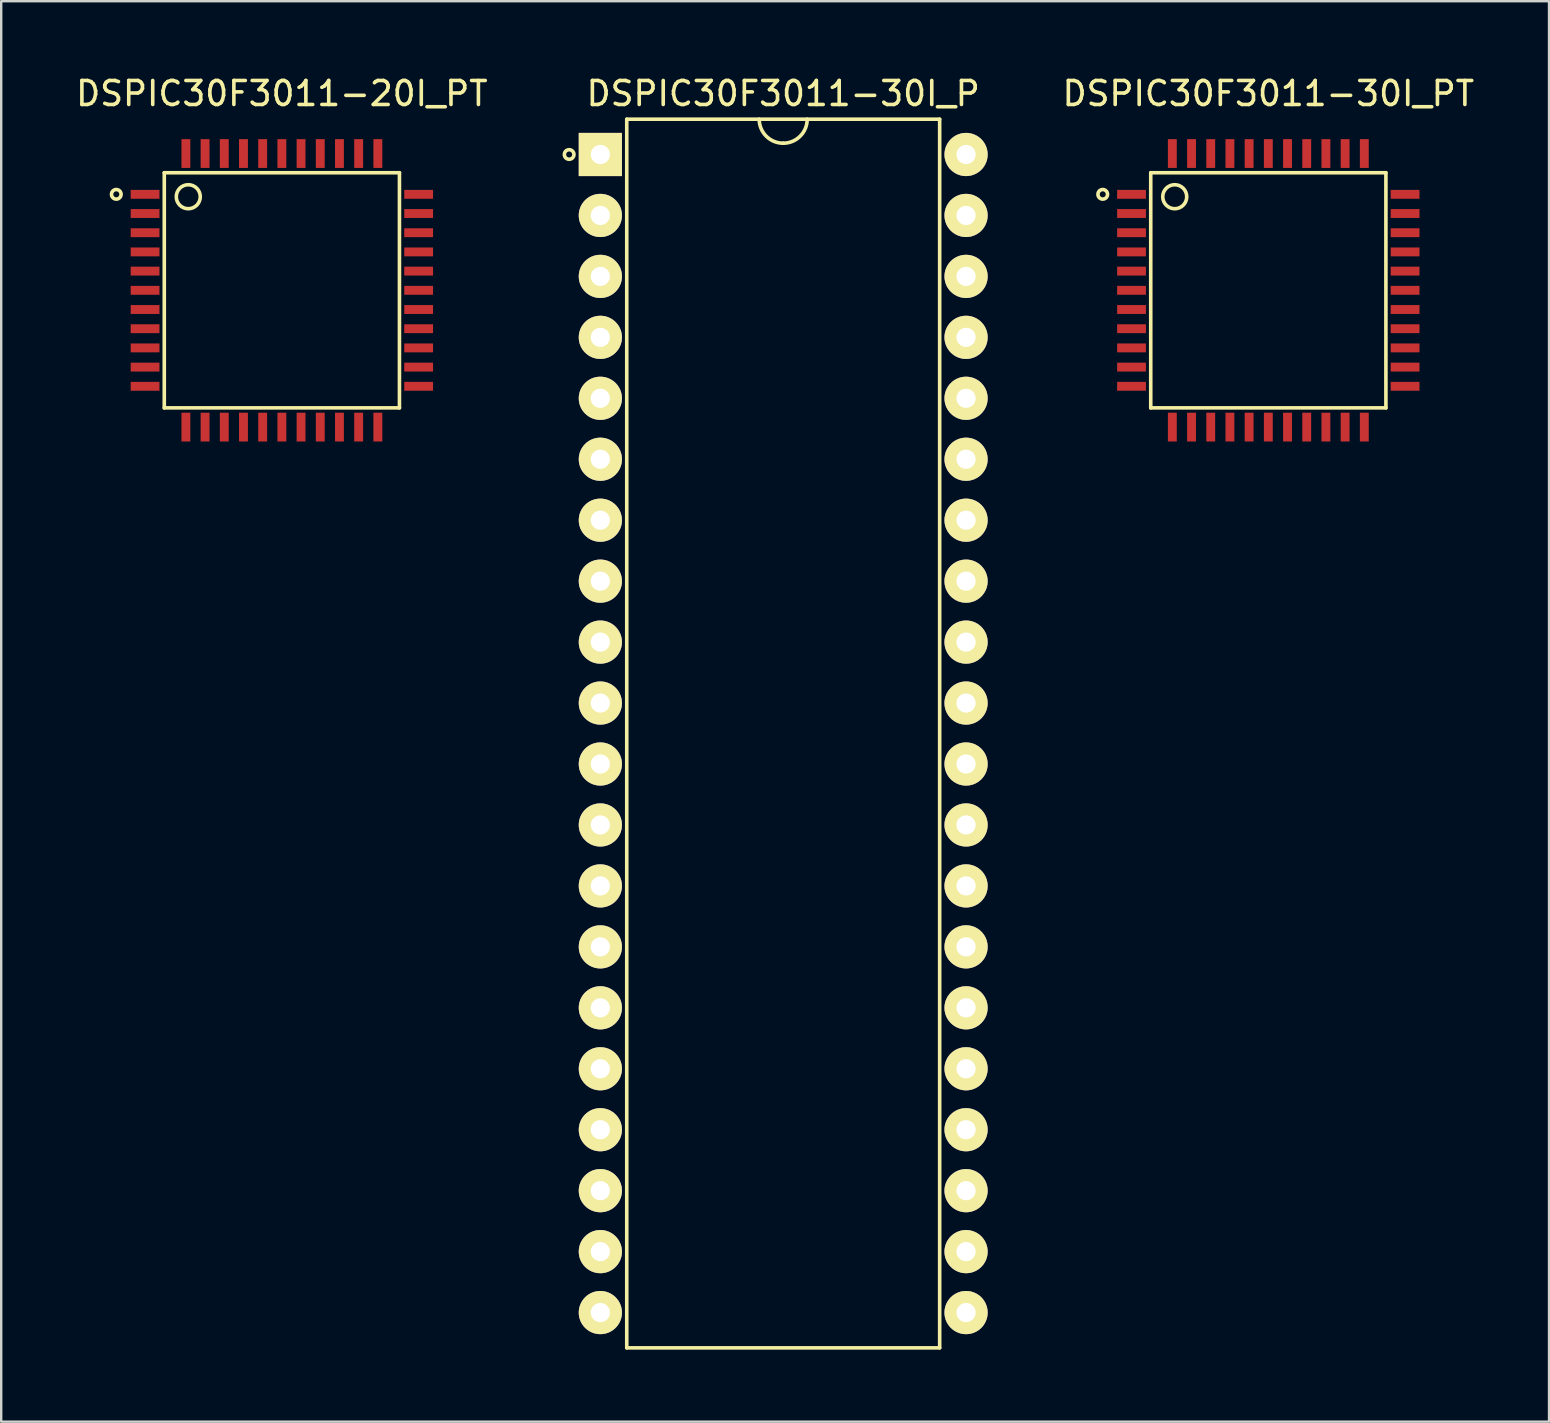
<source format=kicad_pcb>
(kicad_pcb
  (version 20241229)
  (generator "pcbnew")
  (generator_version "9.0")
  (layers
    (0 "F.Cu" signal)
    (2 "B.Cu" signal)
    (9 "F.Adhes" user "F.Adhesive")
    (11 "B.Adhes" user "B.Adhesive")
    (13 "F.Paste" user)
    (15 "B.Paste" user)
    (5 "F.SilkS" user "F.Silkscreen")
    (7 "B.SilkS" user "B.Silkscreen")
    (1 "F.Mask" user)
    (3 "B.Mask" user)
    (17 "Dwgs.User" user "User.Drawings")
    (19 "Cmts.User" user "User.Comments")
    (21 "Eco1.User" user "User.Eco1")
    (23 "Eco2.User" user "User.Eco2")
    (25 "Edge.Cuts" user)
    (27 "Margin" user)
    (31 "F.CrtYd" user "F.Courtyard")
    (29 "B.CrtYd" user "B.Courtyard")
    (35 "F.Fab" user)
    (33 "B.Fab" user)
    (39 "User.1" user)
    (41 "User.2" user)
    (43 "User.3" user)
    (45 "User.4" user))
  (footprint "DSPIC30F3011-30I_P"
    (layer "F.Cu")
    (at 21.968 3.388)
    (property "Reference" "DSPIC30F3011-30I_P" (at 7.62 -2.54 0) (layer "F.SilkS") (effects (font (size 1 1) (thickness 0.15))))
    (attr through_hole)
    (fp_line (start 1.1 -1.47) (end 14.14 -1.47) (stroke (width 0.15) (type solid)) (layer "F.SilkS"))
    (fp_line (start 1.1 49.73) (end 1.1 -1.47) (stroke (width 0.15) (type solid)) (layer "F.SilkS"))
    (fp_line (start 14.14 -1.47) (end 14.14 49.73) (stroke (width 0.15) (type solid)) (layer "F.SilkS"))
    (fp_line (start 14.14 49.73) (end 1.1 49.73) (stroke (width 0.15) (type solid)) (layer "F.SilkS"))
    (fp_arc (start 7.62 -0.47) (mid 6.912893 -0.762893) (end 6.62 -1.47) (stroke (width 0.15) (type solid)) (layer "F.SilkS"))
    (fp_arc (start 8.62 -1.47) (mid 8.327107 -0.762893) (end 7.62 -0.47) (stroke (width 0.15) (type solid)) (layer "F.SilkS"))
    (fp_circle (center -1.3 0) (end -1.3 0.2) (stroke (width 0.15) (type solid)) (fill no) (layer "F.SilkS"))
    (pad "1" thru_hole rect (at 0 0) (size 1.8 1.8) (drill 0.8) (layers "*.Cu" "*.Mask" "F.SilkS"))
    (pad "2" thru_hole circle (at 0 2.54) (size 1.8 1.8) (drill 0.8) (layers "*.Cu" "*.Mask" "F.SilkS"))
    (pad "3" thru_hole circle (at 0 5.08) (size 1.8 1.8) (drill 0.8) (layers "*.Cu" "*.Mask" "F.SilkS"))
    (pad "4" thru_hole circle (at 0 7.62) (size 1.8 1.8) (drill 0.8) (layers "*.Cu" "*.Mask" "F.SilkS"))
    (pad "5" thru_hole circle (at 0 10.16) (size 1.8 1.8) (drill 0.8) (layers "*.Cu" "*.Mask" "F.SilkS"))
    (pad "6" thru_hole circle (at 0 12.7) (size 1.8 1.8) (drill 0.8) (layers "*.Cu" "*.Mask" "F.SilkS"))
    (pad "7" thru_hole circle (at 0 15.24) (size 1.8 1.8) (drill 0.8) (layers "*.Cu" "*.Mask" "F.SilkS"))
    (pad "8" thru_hole circle (at 0 17.78) (size 1.8 1.8) (drill 0.8) (layers "*.Cu" "*.Mask" "F.SilkS"))
    (pad "9" thru_hole circle (at 0 20.32) (size 1.8 1.8) (drill 0.8) (layers "*.Cu" "*.Mask" "F.SilkS"))
    (pad "10" thru_hole circle (at 0 22.86) (size 1.8 1.8) (drill 0.8) (layers "*.Cu" "*.Mask" "F.SilkS"))
    (pad "11" thru_hole circle (at 0 25.4) (size 1.8 1.8) (drill 0.8) (layers "*.Cu" "*.Mask" "F.SilkS"))
    (pad "12" thru_hole circle (at 0 27.94) (size 1.8 1.8) (drill 0.8) (layers "*.Cu" "*.Mask" "F.SilkS"))
    (pad "13" thru_hole circle (at 0 30.48) (size 1.8 1.8) (drill 0.8) (layers "*.Cu" "*.Mask" "F.SilkS"))
    (pad "14" thru_hole circle (at 0 33.02) (size 1.8 1.8) (drill 0.8) (layers "*.Cu" "*.Mask" "F.SilkS"))
    (pad "15" thru_hole circle (at 0 35.56) (size 1.8 1.8) (drill 0.8) (layers "*.Cu" "*.Mask" "F.SilkS"))
    (pad "16" thru_hole circle (at 0 38.1) (size 1.8 1.8) (drill 0.8) (layers "*.Cu" "*.Mask" "F.SilkS"))
    (pad "17" thru_hole circle (at 0 40.64) (size 1.8 1.8) (drill 0.8) (layers "*.Cu" "*.Mask" "F.SilkS"))
    (pad "18" thru_hole circle (at 0 43.18) (size 1.8 1.8) (drill 0.8) (layers "*.Cu" "*.Mask" "F.SilkS"))
    (pad "19" thru_hole circle (at 0 45.72) (size 1.8 1.8) (drill 0.8) (layers "*.Cu" "*.Mask" "F.SilkS"))
    (pad "20" thru_hole circle (at 0 48.26) (size 1.8 1.8) (drill 0.8) (layers "*.Cu" "*.Mask" "F.SilkS"))
    (pad "21" thru_hole circle (at 15.24 48.26) (size 1.8 1.8) (drill 0.8) (layers "*.Cu" "*.Mask" "F.SilkS"))
    (pad "22" thru_hole circle (at 15.24 45.72) (size 1.8 1.8) (drill 0.8) (layers "*.Cu" "*.Mask" "F.SilkS"))
    (pad "23" thru_hole circle (at 15.24 43.18) (size 1.8 1.8) (drill 0.8) (layers "*.Cu" "*.Mask" "F.SilkS"))
    (pad "24" thru_hole circle (at 15.24 40.64) (size 1.8 1.8) (drill 0.8) (layers "*.Cu" "*.Mask" "F.SilkS"))
    (pad "25" thru_hole circle (at 15.24 38.1) (size 1.8 1.8) (drill 0.8) (layers "*.Cu" "*.Mask" "F.SilkS"))
    (pad "26" thru_hole circle (at 15.24 35.56) (size 1.8 1.8) (drill 0.8) (layers "*.Cu" "*.Mask" "F.SilkS"))
    (pad "27" thru_hole circle (at 15.24 33.02) (size 1.8 1.8) (drill 0.8) (layers "*.Cu" "*.Mask" "F.SilkS"))
    (pad "28" thru_hole circle (at 15.24 30.48) (size 1.8 1.8) (drill 0.8) (layers "*.Cu" "*.Mask" "F.SilkS"))
    (pad "29" thru_hole circle (at 15.24 27.94) (size 1.8 1.8) (drill 0.8) (layers "*.Cu" "*.Mask" "F.SilkS"))
    (pad "30" thru_hole circle (at 15.24 25.4) (size 1.8 1.8) (drill 0.8) (layers "*.Cu" "*.Mask" "F.SilkS"))
    (pad "31" thru_hole circle (at 15.24 22.86) (size 1.8 1.8) (drill 0.8) (layers "*.Cu" "*.Mask" "F.SilkS"))
    (pad "32" thru_hole circle (at 15.24 20.32) (size 1.8 1.8) (drill 0.8) (layers "*.Cu" "*.Mask" "F.SilkS"))
    (pad "33" thru_hole circle (at 15.24 17.78) (size 1.8 1.8) (drill 0.8) (layers "*.Cu" "*.Mask" "F.SilkS"))
    (pad "34" thru_hole circle (at 15.24 15.24) (size 1.8 1.8) (drill 0.8) (layers "*.Cu" "*.Mask" "F.SilkS"))
    (pad "35" thru_hole circle (at 15.24 12.7) (size 1.8 1.8) (drill 0.8) (layers "*.Cu" "*.Mask" "F.SilkS"))
    (pad "36" thru_hole circle (at 15.24 10.16) (size 1.8 1.8) (drill 0.8) (layers "*.Cu" "*.Mask" "F.SilkS"))
    (pad "37" thru_hole circle (at 15.24 7.62) (size 1.8 1.8) (drill 0.8) (layers "*.Cu" "*.Mask" "F.SilkS"))
    (pad "38" thru_hole circle (at 15.24 5.08) (size 1.8 1.8) (drill 0.8) (layers "*.Cu" "*.Mask" "F.SilkS"))
    (pad "39" thru_hole circle (at 15.24 2.54) (size 1.8 1.8) (drill 0.8) (layers "*.Cu" "*.Mask" "F.SilkS"))
    (pad "40" thru_hole circle (at 15.24 0) (size 1.8 1.8) (drill 0.8) (layers "*.Cu" "*.Mask" "F.SilkS")))
  (footprint "DSPIC30F3011-20I_PT"
    (layer "F.Cu")
    (at 2.996 3.348)
    (property "Reference" "DSPIC30F3011-20I_PT" (at 5.7 -2.5 0) (layer "F.SilkS") (effects (font (size 1 1) (thickness 0.15))))
    (attr through_hole)
    (fp_line (start 0.8 0.8) (end 0.8 10.6) (stroke (width 0.15) (type solid)) (layer "F.SilkS"))
    (fp_line (start 0.8 0.8) (end 10.6 0.8) (stroke (width 0.15) (type solid)) (layer "F.SilkS"))
    (fp_line (start 0.8 10.6) (end 10.6 10.6) (stroke (width 0.15) (type solid)) (layer "F.SilkS"))
    (fp_line (start 10.6 10.6) (end 10.6 0.8) (stroke (width 0.15) (type solid)) (layer "F.SilkS"))
    (fp_circle (center -1.2 1.7) (end -1.2 1.5) (stroke (width 0.15) (type solid)) (fill no) (layer "F.SilkS"))
    (fp_circle (center 1.8 1.8) (end 1.8 1.3) (stroke (width 0.15) (type solid)) (fill no) (layer "F.SilkS"))
    (pad "1" smd rect (at 0 1.7) (size 1.2 0.37) (layers "F.Cu" "F.Mask" "F.Paste"))
    (pad "2" smd rect (at 0 2.5) (size 1.2 0.37) (layers "F.Cu" "F.Mask" "F.Paste"))
    (pad "3" smd rect (at 0 3.3) (size 1.2 0.37) (layers "F.Cu" "F.Mask" "F.Paste"))
    (pad "4" smd rect (at 0 4.1) (size 1.2 0.37) (layers "F.Cu" "F.Mask" "F.Paste"))
    (pad "5" smd rect (at 0 4.9) (size 1.2 0.37) (layers "F.Cu" "F.Mask" "F.Paste"))
    (pad "6" smd rect (at 0 5.7) (size 1.2 0.37) (layers "F.Cu" "F.Mask" "F.Paste"))
    (pad "7" smd rect (at 0 6.5) (size 1.2 0.37) (layers "F.Cu" "F.Mask" "F.Paste"))
    (pad "8" smd rect (at 0 7.3) (size 1.2 0.37) (layers "F.Cu" "F.Mask" "F.Paste"))
    (pad "9" smd rect (at 0 8.1) (size 1.2 0.37) (layers "F.Cu" "F.Mask" "F.Paste"))
    (pad "10" smd rect (at 0 8.9) (size 1.2 0.37) (layers "F.Cu" "F.Mask" "F.Paste"))
    (pad "11" smd rect (at 0 9.7) (size 1.2 0.37) (layers "F.Cu" "F.Mask" "F.Paste"))
    (pad "12" smd rect (at 1.7 11.4) (size 0.37 1.2) (layers "F.Cu" "F.Mask" "F.Paste"))
    (pad "13" smd rect (at 2.5 11.4) (size 0.37 1.2) (layers "F.Cu" "F.Mask" "F.Paste"))
    (pad "14" smd rect (at 3.3 11.4) (size 0.37 1.2) (layers "F.Cu" "F.Mask" "F.Paste"))
    (pad "15" smd rect (at 4.1 11.4) (size 0.37 1.2) (layers "F.Cu" "F.Mask" "F.Paste"))
    (pad "16" smd rect (at 4.9 11.4) (size 0.37 1.2) (layers "F.Cu" "F.Mask" "F.Paste"))
    (pad "17" smd rect (at 5.7 11.4) (size 0.37 1.2) (layers "F.Cu" "F.Mask" "F.Paste"))
    (pad "18" smd rect (at 6.5 11.4) (size 0.37 1.2) (layers "F.Cu" "F.Mask" "F.Paste"))
    (pad "19" smd rect (at 7.3 11.4) (size 0.37 1.2) (layers "F.Cu" "F.Mask" "F.Paste"))
    (pad "20" smd rect (at 8.1 11.4) (size 0.37 1.2) (layers "F.Cu" "F.Mask" "F.Paste"))
    (pad "21" smd rect (at 8.9 11.4) (size 0.37 1.2) (layers "F.Cu" "F.Mask" "F.Paste"))
    (pad "22" smd rect (at 9.7 11.4) (size 0.37 1.2) (layers "F.Cu" "F.Mask" "F.Paste"))
    (pad "23" smd rect (at 11.4 9.7) (size 1.2 0.37) (layers "F.Cu" "F.Mask" "F.Paste"))
    (pad "24" smd rect (at 11.4 8.9) (size 1.2 0.37) (layers "F.Cu" "F.Mask" "F.Paste"))
    (pad "25" smd rect (at 11.4 8.1) (size 1.2 0.37) (layers "F.Cu" "F.Mask" "F.Paste"))
    (pad "26" smd rect (at 11.4 7.3) (size 1.2 0.37) (layers "F.Cu" "F.Mask" "F.Paste"))
    (pad "27" smd rect (at 11.4 6.5) (size 1.2 0.37) (layers "F.Cu" "F.Mask" "F.Paste"))
    (pad "28" smd rect (at 11.4 5.7) (size 1.2 0.37) (layers "F.Cu" "F.Mask" "F.Paste"))
    (pad "29" smd rect (at 11.4 4.9) (size 1.2 0.37) (layers "F.Cu" "F.Mask" "F.Paste"))
    (pad "30" smd rect (at 11.4 4.1) (size 1.2 0.37) (layers "F.Cu" "F.Mask" "F.Paste"))
    (pad "31" smd rect (at 11.4 3.3) (size 1.2 0.37) (layers "F.Cu" "F.Mask" "F.Paste"))
    (pad "32" smd rect (at 11.4 2.5) (size 1.2 0.37) (layers "F.Cu" "F.Mask" "F.Paste"))
    (pad "33" smd rect (at 11.4 1.7) (size 1.2 0.37) (layers "F.Cu" "F.Mask" "F.Paste"))
    (pad "34" smd rect (at 9.7 0) (size 0.37 1.2) (layers "F.Cu" "F.Mask" "F.Paste"))
    (pad "35" smd rect (at 8.9 0) (size 0.37 1.2) (layers "F.Cu" "F.Mask" "F.Paste"))
    (pad "36" smd rect (at 8.1 0) (size 0.37 1.2) (layers "F.Cu" "F.Mask" "F.Paste"))
    (pad "37" smd rect (at 7.3 0) (size 0.37 1.2) (layers "F.Cu" "F.Mask" "F.Paste"))
    (pad "38" smd rect (at 6.5 0) (size 0.37 1.2) (layers "F.Cu" "F.Mask" "F.Paste"))
    (pad "39" smd rect (at 5.7 0) (size 0.37 1.2) (layers "F.Cu" "F.Mask" "F.Paste"))
    (pad "40" smd rect (at 4.9 0) (size 0.37 1.2) (layers "F.Cu" "F.Mask" "F.Paste"))
    (pad "41" smd rect (at 4.1 0) (size 0.37 1.2) (layers "F.Cu" "F.Mask" "F.Paste"))
    (pad "42" smd rect (at 3.3 0) (size 0.37 1.2) (layers "F.Cu" "F.Mask" "F.Paste"))
    (pad "43" smd rect (at 2.5 0) (size 0.37 1.2) (layers "F.Cu" "F.Mask" "F.Paste"))
    (pad "44" smd rect (at 1.7 0) (size 0.37 1.2) (layers "F.Cu" "F.Mask" "F.Paste")))
  (footprint "DSPIC30F3011-30I_PT"
    (layer "F.Cu")
    (at 44.104 3.348)
    (property "Reference" "DSPIC30F3011-30I_PT" (at 5.7 -2.5 0) (layer "F.SilkS") (effects (font (size 1 1) (thickness 0.15))))
    (attr through_hole)
    (fp_line (start 0.8 0.8) (end 0.8 10.6) (stroke (width 0.15) (type solid)) (layer "F.SilkS"))
    (fp_line (start 0.8 0.8) (end 10.6 0.8) (stroke (width 0.15) (type solid)) (layer "F.SilkS"))
    (fp_line (start 0.8 10.6) (end 10.6 10.6) (stroke (width 0.15) (type solid)) (layer "F.SilkS"))
    (fp_line (start 10.6 10.6) (end 10.6 0.8) (stroke (width 0.15) (type solid)) (layer "F.SilkS"))
    (fp_circle (center -1.2 1.7) (end -1.2 1.5) (stroke (width 0.15) (type solid)) (fill no) (layer "F.SilkS"))
    (fp_circle (center 1.8 1.8) (end 1.8 1.3) (stroke (width 0.15) (type solid)) (fill no) (layer "F.SilkS"))
    (pad "1" smd rect (at 0 1.7) (size 1.2 0.37) (layers "F.Cu" "F.Mask" "F.Paste"))
    (pad "2" smd rect (at 0 2.5) (size 1.2 0.37) (layers "F.Cu" "F.Mask" "F.Paste"))
    (pad "3" smd rect (at 0 3.3) (size 1.2 0.37) (layers "F.Cu" "F.Mask" "F.Paste"))
    (pad "4" smd rect (at 0 4.1) (size 1.2 0.37) (layers "F.Cu" "F.Mask" "F.Paste"))
    (pad "5" smd rect (at 0 4.9) (size 1.2 0.37) (layers "F.Cu" "F.Mask" "F.Paste"))
    (pad "6" smd rect (at 0 5.7) (size 1.2 0.37) (layers "F.Cu" "F.Mask" "F.Paste"))
    (pad "7" smd rect (at 0 6.5) (size 1.2 0.37) (layers "F.Cu" "F.Mask" "F.Paste"))
    (pad "8" smd rect (at 0 7.3) (size 1.2 0.37) (layers "F.Cu" "F.Mask" "F.Paste"))
    (pad "9" smd rect (at 0 8.1) (size 1.2 0.37) (layers "F.Cu" "F.Mask" "F.Paste"))
    (pad "10" smd rect (at 0 8.9) (size 1.2 0.37) (layers "F.Cu" "F.Mask" "F.Paste"))
    (pad "11" smd rect (at 0 9.7) (size 1.2 0.37) (layers "F.Cu" "F.Mask" "F.Paste"))
    (pad "12" smd rect (at 1.7 11.4) (size 0.37 1.2) (layers "F.Cu" "F.Mask" "F.Paste"))
    (pad "13" smd rect (at 2.5 11.4) (size 0.37 1.2) (layers "F.Cu" "F.Mask" "F.Paste"))
    (pad "14" smd rect (at 3.3 11.4) (size 0.37 1.2) (layers "F.Cu" "F.Mask" "F.Paste"))
    (pad "15" smd rect (at 4.1 11.4) (size 0.37 1.2) (layers "F.Cu" "F.Mask" "F.Paste"))
    (pad "16" smd rect (at 4.9 11.4) (size 0.37 1.2) (layers "F.Cu" "F.Mask" "F.Paste"))
    (pad "17" smd rect (at 5.7 11.4) (size 0.37 1.2) (layers "F.Cu" "F.Mask" "F.Paste"))
    (pad "18" smd rect (at 6.5 11.4) (size 0.37 1.2) (layers "F.Cu" "F.Mask" "F.Paste"))
    (pad "19" smd rect (at 7.3 11.4) (size 0.37 1.2) (layers "F.Cu" "F.Mask" "F.Paste"))
    (pad "20" smd rect (at 8.1 11.4) (size 0.37 1.2) (layers "F.Cu" "F.Mask" "F.Paste"))
    (pad "21" smd rect (at 8.9 11.4) (size 0.37 1.2) (layers "F.Cu" "F.Mask" "F.Paste"))
    (pad "22" smd rect (at 9.7 11.4) (size 0.37 1.2) (layers "F.Cu" "F.Mask" "F.Paste"))
    (pad "23" smd rect (at 11.4 9.7) (size 1.2 0.37) (layers "F.Cu" "F.Mask" "F.Paste"))
    (pad "24" smd rect (at 11.4 8.9) (size 1.2 0.37) (layers "F.Cu" "F.Mask" "F.Paste"))
    (pad "25" smd rect (at 11.4 8.1) (size 1.2 0.37) (layers "F.Cu" "F.Mask" "F.Paste"))
    (pad "26" smd rect (at 11.4 7.3) (size 1.2 0.37) (layers "F.Cu" "F.Mask" "F.Paste"))
    (pad "27" smd rect (at 11.4 6.5) (size 1.2 0.37) (layers "F.Cu" "F.Mask" "F.Paste"))
    (pad "28" smd rect (at 11.4 5.7) (size 1.2 0.37) (layers "F.Cu" "F.Mask" "F.Paste"))
    (pad "29" smd rect (at 11.4 4.9) (size 1.2 0.37) (layers "F.Cu" "F.Mask" "F.Paste"))
    (pad "30" smd rect (at 11.4 4.1) (size 1.2 0.37) (layers "F.Cu" "F.Mask" "F.Paste"))
    (pad "31" smd rect (at 11.4 3.3) (size 1.2 0.37) (layers "F.Cu" "F.Mask" "F.Paste"))
    (pad "32" smd rect (at 11.4 2.5) (size 1.2 0.37) (layers "F.Cu" "F.Mask" "F.Paste"))
    (pad "33" smd rect (at 11.4 1.7) (size 1.2 0.37) (layers "F.Cu" "F.Mask" "F.Paste"))
    (pad "34" smd rect (at 9.7 0) (size 0.37 1.2) (layers "F.Cu" "F.Mask" "F.Paste"))
    (pad "35" smd rect (at 8.9 0) (size 0.37 1.2) (layers "F.Cu" "F.Mask" "F.Paste"))
    (pad "36" smd rect (at 8.1 0) (size 0.37 1.2) (layers "F.Cu" "F.Mask" "F.Paste"))
    (pad "37" smd rect (at 7.3 0) (size 0.37 1.2) (layers "F.Cu" "F.Mask" "F.Paste"))
    (pad "38" smd rect (at 6.5 0) (size 0.37 1.2) (layers "F.Cu" "F.Mask" "F.Paste"))
    (pad "39" smd rect (at 5.7 0) (size 0.37 1.2) (layers "F.Cu" "F.Mask" "F.Paste"))
    (pad "40" smd rect (at 4.9 0) (size 0.37 1.2) (layers "F.Cu" "F.Mask" "F.Paste"))
    (pad "41" smd rect (at 4.1 0) (size 0.37 1.2) (layers "F.Cu" "F.Mask" "F.Paste"))
    (pad "42" smd rect (at 3.3 0) (size 0.37 1.2) (layers "F.Cu" "F.Mask" "F.Paste"))
    (pad "43" smd rect (at 2.5 0) (size 0.37 1.2) (layers "F.Cu" "F.Mask" "F.Paste"))
    (pad "44" smd rect (at 1.7 0) (size 0.37 1.2) (layers "F.Cu" "F.Mask" "F.Paste")))
  (gr_rect
    (start -3 -3)
    (end 61.501 56.193)
    (stroke (width 0.1) (type default))
    (fill no)
    (layer "Edge.Cuts")))
</source>
